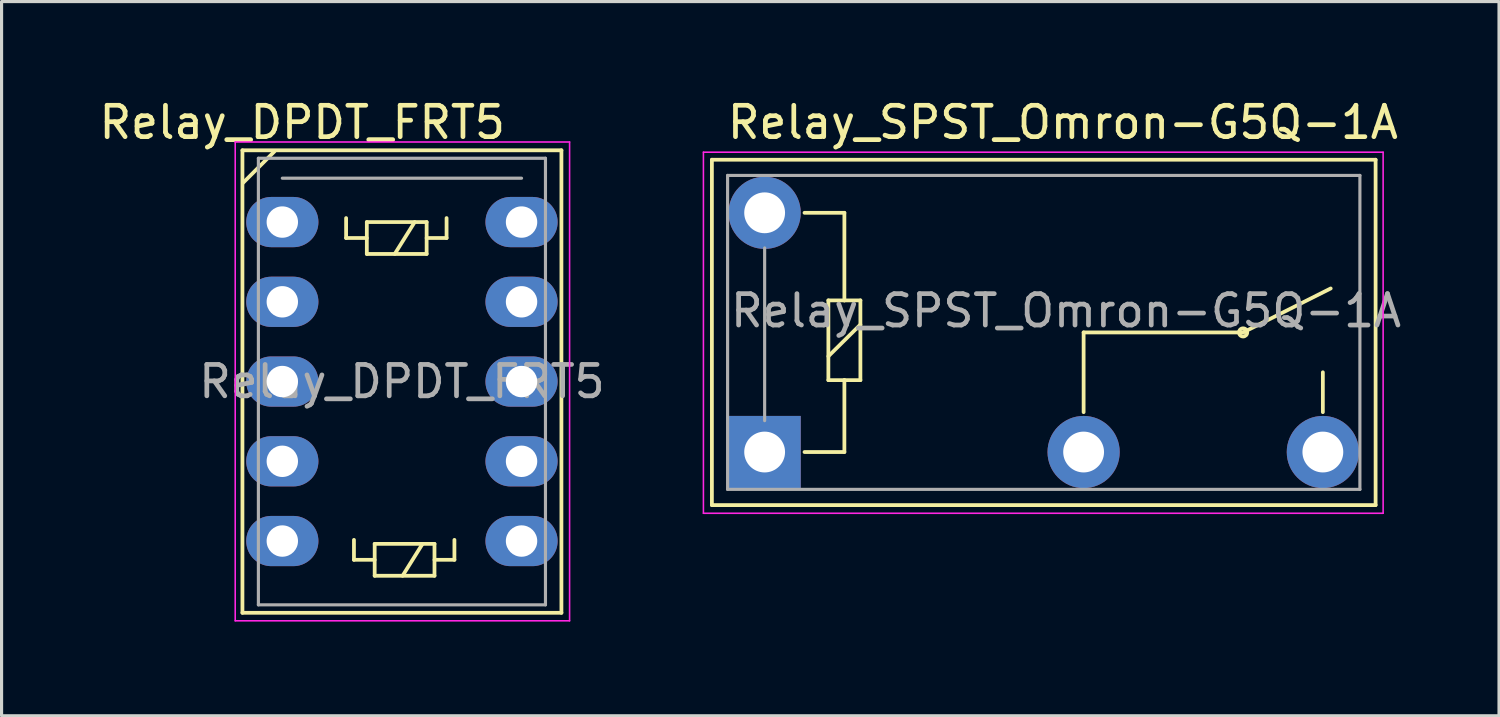
<source format=kicad_pcb>
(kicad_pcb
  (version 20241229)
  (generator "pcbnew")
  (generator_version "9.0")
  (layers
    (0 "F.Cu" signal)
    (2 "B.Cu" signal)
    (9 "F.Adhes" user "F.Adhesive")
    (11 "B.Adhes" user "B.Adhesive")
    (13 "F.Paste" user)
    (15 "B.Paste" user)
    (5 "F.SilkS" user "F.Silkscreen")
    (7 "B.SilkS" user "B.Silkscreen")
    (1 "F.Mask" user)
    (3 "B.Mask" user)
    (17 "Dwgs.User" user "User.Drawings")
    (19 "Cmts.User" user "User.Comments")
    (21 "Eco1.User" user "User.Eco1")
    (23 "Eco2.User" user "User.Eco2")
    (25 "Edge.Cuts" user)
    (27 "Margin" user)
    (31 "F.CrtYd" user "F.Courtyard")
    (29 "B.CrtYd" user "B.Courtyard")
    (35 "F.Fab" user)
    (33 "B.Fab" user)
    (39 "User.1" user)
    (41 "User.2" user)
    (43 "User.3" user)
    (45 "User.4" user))
  (footprint "Relay_SPST_Omron-G5Q-1A"
    (layer "F.Cu")
    (at 21.305 11.348)
    (property "Reference" "Relay_SPST_Omron-G5Q-1A" (at 9.5 -10.5 180) (layer "F.SilkS") (effects (font (size 1 1) (thickness 0.15))))
    (attr through_hole)
    (fp_line (start -1.68 -9.31) (end 19.46 -9.31) (stroke (width 0.12) (type solid)) (layer "F.SilkS"))
    (fp_line (start -1.68 1.69) (end -1.68 -9.31) (stroke (width 0.12) (type solid)) (layer "F.SilkS"))
    (fp_line (start -1.68 1.69) (end 19.46 1.69) (stroke (width 0.12) (type solid)) (layer "F.SilkS"))
    (fp_line (start 1.27 0) (end 2.54 0) (stroke (width 0.12) (type solid)) (layer "F.SilkS"))
    (fp_line (start 2.03 -4.83) (end 2.54 -4.83) (stroke (width 0.12) (type solid)) (layer "F.SilkS"))
    (fp_line (start 2.03 -3.05) (end 3.05 -4.06) (stroke (width 0.12) (type solid)) (layer "F.SilkS"))
    (fp_line (start 2.03 -2.29) (end 2.03 -4.83) (stroke (width 0.12) (type solid)) (layer "F.SilkS"))
    (fp_line (start 2.54 -7.62) (end 1.27 -7.62) (stroke (width 0.12) (type solid)) (layer "F.SilkS"))
    (fp_line (start 2.54 -4.83) (end 2.54 -7.62) (stroke (width 0.12) (type solid)) (layer "F.SilkS"))
    (fp_line (start 2.54 -4.83) (end 3.05 -4.83) (stroke (width 0.12) (type solid)) (layer "F.SilkS"))
    (fp_line (start 2.54 -2.29) (end 2.03 -2.29) (stroke (width 0.12) (type solid)) (layer "F.SilkS"))
    (fp_line (start 2.54 0) (end 2.54 -2.29) (stroke (width 0.12) (type solid)) (layer "F.SilkS"))
    (fp_line (start 3.05 -4.83) (end 3.05 -2.29) (stroke (width 0.12) (type solid)) (layer "F.SilkS"))
    (fp_line (start 3.05 -2.29) (end 2.54 -2.29) (stroke (width 0.12) (type solid)) (layer "F.SilkS"))
    (fp_line (start 10.16 -3.81) (end 15.24 -3.81) (stroke (width 0.12) (type solid)) (layer "F.SilkS"))
    (fp_line (start 10.16 -1.27) (end 10.16 -3.81) (stroke (width 0.12) (type solid)) (layer "F.SilkS"))
    (fp_line (start 15.24 -3.81) (end 18.03 -5.21) (stroke (width 0.12) (type solid)) (layer "F.SilkS"))
    (fp_line (start 17.78 -1.27) (end 17.78 -2.54) (stroke (width 0.12) (type solid)) (layer "F.SilkS"))
    (fp_line (start 19.46 1.69) (end 19.46 -9.31) (stroke (width 0.12) (type solid)) (layer "F.SilkS"))
    (fp_circle (center 15.24 -3.81) (end 15.24 -3.68) (stroke (width 0.12) (type solid)) (fill no) (layer "F.SilkS"))
    (fp_line (start -1.95 -9.55) (end 19.7 -9.55) (stroke (width 0.05) (type solid)) (layer "F.CrtYd"))
    (fp_line (start -1.95 1.95) (end -1.95 -9.55) (stroke (width 0.05) (type solid)) (layer "F.CrtYd"))
    (fp_line (start 19.7 -9.55) (end 19.7 1.95) (stroke (width 0.05) (type solid)) (layer "F.CrtYd"))
    (fp_line (start 19.7 1.95) (end -1.95 1.95) (stroke (width 0.05) (type solid)) (layer "F.CrtYd"))
    (fp_line (start -1.18 -8.81) (end 18.96 -8.81) (stroke (width 0.1) (type solid)) (layer "F.Fab"))
    (fp_line (start -1.18 1.19) (end -1.18 -8.81) (stroke (width 0.1) (type solid)) (layer "F.Fab"))
    (fp_line (start 0 -1) (end 0 -6.5) (stroke (width 0.1) (type solid)) (layer "F.Fab"))
    (fp_line (start 18.96 -8.81) (end 18.96 1.19) (stroke (width 0.1) (type solid)) (layer "F.Fab"))
    (fp_line (start 18.96 1.19) (end -1.18 1.19) (stroke (width 0.1) (type solid)) (layer "F.Fab"))
    (fp_text user "${REFERENCE}" (at 9.6 -4.5 0) (layer "F.Fab") (effects (font (size 1 1) (thickness 0.15))))
    (pad "1" thru_hole rect (at 0 0 180) (size 2.3 2.3) (drill 1.3) (layers "*.Cu" "*.Mask"))
    (pad "2" thru_hole circle (at 10.16 0 180) (size 2.3 2.3) (drill 1.3) (layers "*.Cu" "*.Mask"))
    (pad "3" thru_hole circle (at 17.78 0 180) (size 2.3 2.3) (drill 1.3) (layers "*.Cu" "*.Mask"))
    (pad "5" thru_hole circle (at 0 -7.62 180) (size 2.3 2.3) (drill 1.3) (layers "*.Cu" "*.Mask")))
  (footprint "Relay_DPDT_FRT5"
    (layer "F.Cu")
    (at 5.942 4.023)
    (property "Reference" "Relay_DPDT_FRT5" (at 0.635 -3.175 0) (layer "F.SilkS") (effects (font (size 1 1) (thickness 0.15))))
    (attr through_hole)
    (fp_line (start -1.27 -2.286) (end 8.89 -2.286) (stroke (width 0.12) (type solid)) (layer "F.SilkS"))
    (fp_line (start -1.27 12.446) (end -1.27 -2.286) (stroke (width 0.12) (type solid)) (layer "F.SilkS"))
    (fp_line (start -1.25 -1.25) (end -0.25 -2.25) (stroke (width 0.12) (type solid)) (layer "F.SilkS"))
    (fp_line (start 2.032 -0.127) (end 2.032 0.508) (stroke (width 0.12) (type solid)) (layer "F.SilkS"))
    (fp_line (start 2.032 0.508) (end 2.692 0.508) (stroke (width 0.12) (type solid)) (layer "F.SilkS"))
    (fp_line (start 2.282 10.123) (end 2.282 10.758) (stroke (width 0.12) (type solid)) (layer "F.SilkS"))
    (fp_line (start 2.282 10.758) (end 2.942 10.758) (stroke (width 0.12) (type solid)) (layer "F.SilkS"))
    (fp_line (start 2.692 0) (end 2.692 1.016) (stroke (width 0.12) (type solid)) (layer "F.SilkS"))
    (fp_line (start 2.692 1.016) (end 4.597 1.016) (stroke (width 0.12) (type solid)) (layer "F.SilkS"))
    (fp_line (start 2.942 10.25) (end 2.942 11.266) (stroke (width 0.12) (type solid)) (layer "F.SilkS"))
    (fp_line (start 2.942 11.266) (end 4.847 11.266) (stroke (width 0.12) (type solid)) (layer "F.SilkS"))
    (fp_line (start 4.216 0) (end 3.581 1.016) (stroke (width 0.12) (type solid)) (layer "F.SilkS"))
    (fp_line (start 4.466 10.25) (end 3.831 11.266) (stroke (width 0.12) (type solid)) (layer "F.SilkS"))
    (fp_line (start 4.597 0) (end 2.692 0) (stroke (width 0.12) (type solid)) (layer "F.SilkS"))
    (fp_line (start 4.597 0) (end 4.597 1.016) (stroke (width 0.12) (type solid)) (layer "F.SilkS"))
    (fp_line (start 4.847 10.25) (end 2.942 10.25) (stroke (width 0.12) (type solid)) (layer "F.SilkS"))
    (fp_line (start 4.847 10.25) (end 4.847 11.266) (stroke (width 0.12) (type solid)) (layer "F.SilkS"))
    (fp_line (start 5.232 -0.127) (end 5.232 0.508) (stroke (width 0.12) (type solid)) (layer "F.SilkS"))
    (fp_line (start 5.232 0.508) (end 4.597 0.508) (stroke (width 0.12) (type solid)) (layer "F.SilkS"))
    (fp_line (start 5.482 10.123) (end 5.482 10.758) (stroke (width 0.12) (type solid)) (layer "F.SilkS"))
    (fp_line (start 5.482 10.758) (end 4.847 10.758) (stroke (width 0.12) (type solid)) (layer "F.SilkS"))
    (fp_line (start 8.89 -2.286) (end 8.89 12.446) (stroke (width 0.12) (type solid)) (layer "F.SilkS"))
    (fp_line (start 8.89 12.446) (end -1.27 12.446) (stroke (width 0.12) (type solid)) (layer "F.SilkS"))
    (fp_line (start -1.5 -2.55) (end 9.15 -2.55) (stroke (width 0.05) (type solid)) (layer "F.CrtYd"))
    (fp_line (start -1.5 12.7) (end -1.5 -2.55) (stroke (width 0.05) (type solid)) (layer "F.CrtYd"))
    (fp_line (start 9.15 -2.55) (end 9.15 12.7) (stroke (width 0.05) (type solid)) (layer "F.CrtYd"))
    (fp_line (start 9.15 12.7) (end -1.5 12.7) (stroke (width 0.05) (type solid)) (layer "F.CrtYd"))
    (fp_line (start -0.762 -2.032) (end 8.382 -2.032) (stroke (width 0.1) (type solid)) (layer "F.Fab"))
    (fp_line (start -0.762 12.192) (end -0.762 -2.032) (stroke (width 0.1) (type solid)) (layer "F.Fab"))
    (fp_line (start 0 -1.397) (end 7.62 -1.397) (stroke (width 0.1) (type solid)) (layer "F.Fab"))
    (fp_line (start 8.382 -2.032) (end 8.382 12.192) (stroke (width 0.1) (type solid)) (layer "F.Fab"))
    (fp_line (start 8.382 12.192) (end -0.762 12.192) (stroke (width 0.1) (type solid)) (layer "F.Fab"))
    (fp_text user "${REFERENCE}" (at 3.81 5.08 0) (layer "F.Fab") (effects (font (size 1 1) (thickness 0.15))))
    (pad "1" thru_hole oval (at 0 0) (size 2.3 1.6) (drill 1) (layers "*.Cu" "*.Mask"))
    (pad "2" thru_hole oval (at 0 2.54) (size 2.3 1.6) (drill 1) (layers "*.Cu" "*.Mask"))
    (pad "3" thru_hole oval (at 0 5.08) (size 2.3 1.6) (drill 1) (layers "*.Cu" "*.Mask"))
    (pad "4" thru_hole oval (at 0 7.62) (size 2.3 1.6) (drill 1) (layers "*.Cu" "*.Mask"))
    (pad "5" thru_hole oval (at 0 10.16) (size 2.3 1.6) (drill 1) (layers "*.Cu" "*.Mask"))
    (pad "6" thru_hole oval (at 7.62 10.16) (size 2.3 1.6) (drill 1) (layers "*.Cu" "*.Mask"))
    (pad "7" thru_hole oval (at 7.62 7.62) (size 2.3 1.6) (drill 1) (layers "*.Cu" "*.Mask"))
    (pad "8" thru_hole oval (at 7.62 5.08) (size 2.3 1.6) (drill 1) (layers "*.Cu" "*.Mask"))
    (pad "9" thru_hole oval (at 7.62 2.54) (size 2.3 1.6) (drill 1) (layers "*.Cu" "*.Mask"))
    (pad "10" thru_hole oval (at 7.62 0) (size 2.3 1.6) (drill 1) (layers "*.Cu" "*.Mask")))
  (gr_rect
    (start -3 -3)
    (end 44.696 19.748)
    (stroke (width 0.1) (type default))
    (fill no)
    (layer "Edge.Cuts")))
</source>
